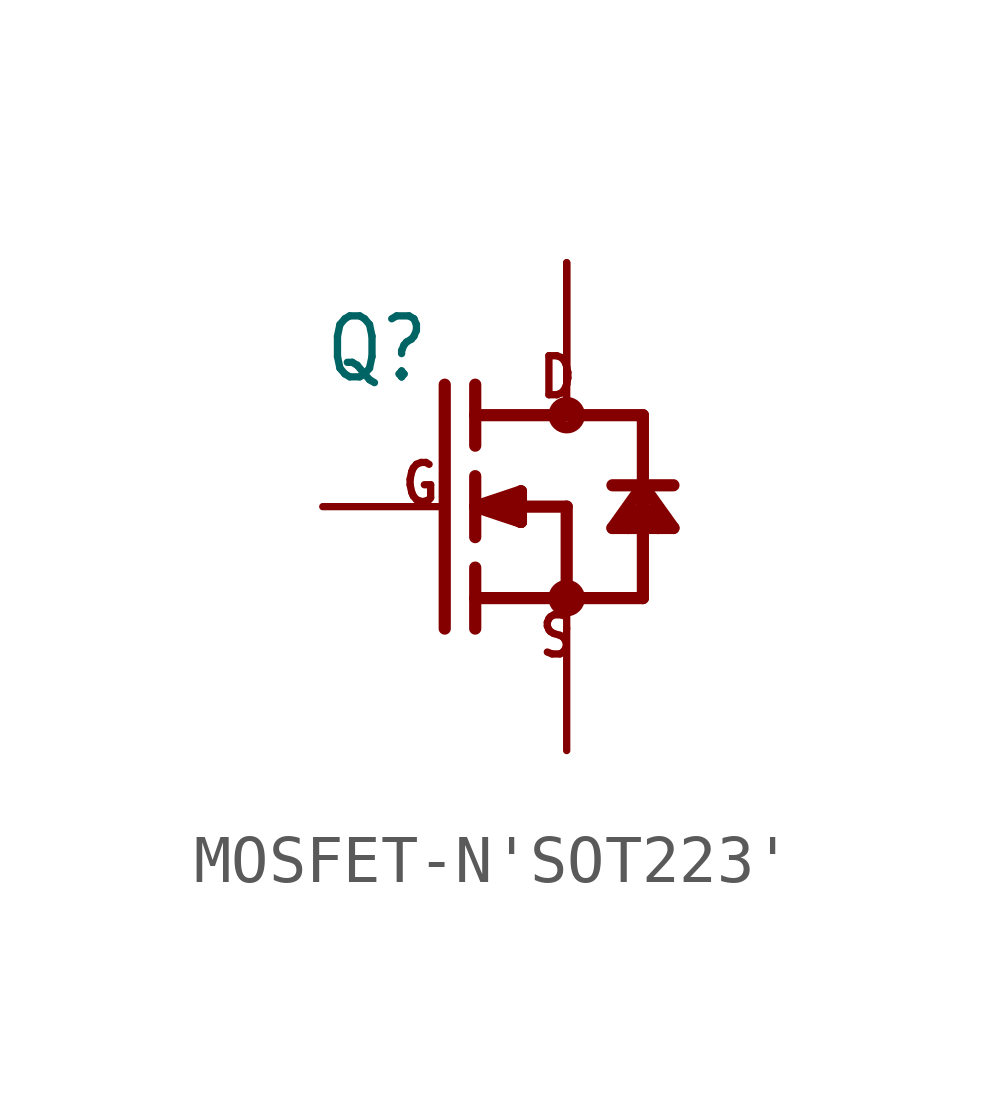
<source format=kicad_sym>
(kicad_symbol_lib
  (version 20241209)
  (generator "kicad_symbol_editor")
  (generator_version "9.0")
  (symbol "MOSFET-N'SOT223'"
    (property "Reference" "Q"
      (at -5.08 2.54 0)
      (effects (font (size 1.27 1.079)) (justify left bottom)))
    (property "Value" ""
      (at -5.08 1.27 0)
      (effects (font (size 1.27 1.079)) (justify left bottom)))
    (property "ki_locked" ""
      (at 0 0 0)
      (effects (font (size 1.27 1.27))))
    (symbol "MOSFET-N'SOT223'_1_0"
      (polyline (pts (xy -2.54 2.54) (xy -2.54 -2.54)) (stroke (width 0.254) (type solid)) (fill (type none)))
      (polyline (pts (xy -1.905 2.54) (xy -1.905 1.905)) (stroke (width 0.254) (type solid)) (fill (type none)))
      (polyline (pts (xy -1.905 1.905) (xy -1.905 1.27)) (stroke (width 0.254) (type solid)) (fill (type none)))
      (polyline (pts (xy -1.905 1.905) (xy 0 1.905)) (stroke (width 0.254) (type solid)) (fill (type none)))
      (polyline (pts (xy -1.905 0.635) (xy -1.905 0)) (stroke (width 0.254) (type solid)) (fill (type none)))
      (polyline (pts (xy -1.905 0) (xy -1.905 -0.635)) (stroke (width 0.254) (type solid)) (fill (type none)))
      (polyline (pts (xy -1.905 0) (xy -0.953 0.318)) (stroke (width 0.254) (type solid)) (fill (type none)))
      (polyline (pts (xy -1.905 0) (xy -0.953 -0.318)) (stroke (width 0.254) (type solid)) (fill (type none)))
      (polyline (pts (xy -1.905 -1.905) (xy -1.905 -1.27)) (stroke (width 0.254) (type solid)) (fill (type none)))
      (polyline (pts (xy -1.905 -1.905) (xy 0 -1.905)) (stroke (width 0.254) (type solid)) (fill (type none)))
      (polyline (pts (xy -1.905 -2.54) (xy -1.905 -1.905)) (stroke (width 0.254) (type solid)) (fill (type none)))
      (polyline (pts (xy -1.587 0) (xy -0.953 -0.318)) (stroke (width 0.254) (type solid)) (fill (type none)))
      (polyline (pts (xy -0.953 0.318) (xy -1.587 0)) (stroke (width 0.254) (type solid)) (fill (type none)))
      (polyline (pts (xy -0.953 -0.318) (xy -1.397 0.127)) (stroke (width 0.254) (type solid)) (fill (type none)))
      (polyline (pts (xy -0.953 -0.318) (xy -0.953 0.318)) (stroke (width 0.254) (type solid)) (fill (type none)))
      (polyline (pts (xy 0 2.54) (xy 0 1.905)) (stroke (width 0.152) (type solid)) (fill (type none)))
      (circle (center 0 1.905) (radius 0.254) (stroke (width 0.254) (type solid)) (fill (type none)))
      (polyline (pts (xy 0 1.905) (xy 1.587 1.905)) (stroke (width 0.254) (type solid)) (fill (type none)))
      (polyline (pts (xy 0 0) (xy -1.587 0)) (stroke (width 0.254) (type solid)) (fill (type none)))
      (polyline (pts (xy 0 0) (xy 0 -1.905)) (stroke (width 0.254) (type solid)) (fill (type none)))
      (polyline (pts (xy 0 -1.905) (xy 0 -2.54)) (stroke (width 0.152) (type solid)) (fill (type none)))
      (circle (center 0 -1.905) (radius 0.254) (stroke (width 0.254) (type solid)) (fill (type none)))
      (polyline (pts (xy 0.953 -0.445) (xy 1.587 0.445)) (stroke (width 0.254) (type solid)) (fill (type none)))
      (polyline (pts (xy 1.27 -0.445) (xy 0.953 -0.445)) (stroke (width 0.254) (type solid)) (fill (type none)))
      (polyline (pts (xy 1.587 0.445) (xy 0.953 0.445)) (stroke (width 0.254) (type solid)) (fill (type none)))
      (polyline (pts (xy 1.587 0.445) (xy 1.587 1.905)) (stroke (width 0.254) (type solid)) (fill (type none)))
      (polyline (pts (xy 1.587 0.445) (xy 2.223 -0.445)) (stroke (width 0.254) (type solid)) (fill (type none)))
      (polyline (pts (xy 1.587 0) (xy 1.27 -0.318)) (stroke (width 0.254) (type solid)) (fill (type none)))
      (polyline (pts (xy 1.587 0) (xy 1.27 -0.445)) (stroke (width 0.254) (type solid)) (fill (type none)))
      (polyline (pts (xy 1.587 0) (xy 1.587 0.445)) (stroke (width 0.254) (type solid)) (fill (type none)))
      (polyline (pts (xy 1.587 -1.905) (xy 0 -1.905)) (stroke (width 0.254) (type solid)) (fill (type none)))
      (polyline (pts (xy 1.587 -1.905) (xy 1.587 0)) (stroke (width 0.254) (type solid)) (fill (type none)))
      (polyline (pts (xy 1.905 -0.318) (xy 1.587 0)) (stroke (width 0.254) (type solid)) (fill (type none)))
      (polyline (pts (xy 1.905 -0.445) (xy 1.27 -0.445)) (stroke (width 0.254) (type solid)) (fill (type none)))
      (polyline (pts (xy 1.905 -0.445) (xy 1.587 0)) (stroke (width 0.254) (type solid)) (fill (type none)))
      (polyline (pts (xy 2.223 0.445) (xy 1.587 0.445)) (stroke (width 0.254) (type solid)) (fill (type none)))
      (polyline (pts (xy 2.223 -0.445) (xy 1.905 -0.445)) (stroke (width 0.254) (type solid)) (fill (type none)))
      (text "G" (at -3.493 0 0) (effects (font (size 0.813 0.691)) (justify left bottom)))
      (text "D" (at -0.635 2.223 0) (effects (font (size 0.813 0.691)) (justify left bottom)))
      (text "S" (at -0.635 -3.175 0) (effects (font (size 0.813 0.691)) (justify left bottom)))
      (pin passive line (at -5.08 0 0) (length 2.54) (name "G" (effects (font (size 0 0)))) (number "1" (effects (font (size 0 0)))))
      (pin passive line (at 0 5.08 270) (length 2.54) (name "D" (effects (font (size 0 0)))) (number "2" (effects (font (size 0 0)))))
      (pin passive line (at 0 5.08 270) (length 2.54) (name "D" (effects (font (size 0 0)))) (number "TER" (effects (font (size 0 0)))))
      (pin passive line (at 0 -5.08 90) (length 2.54) (name "S" (effects (font (size 0 0)))) (number "3" (effects (font (size 0 0))))))))
</source>
